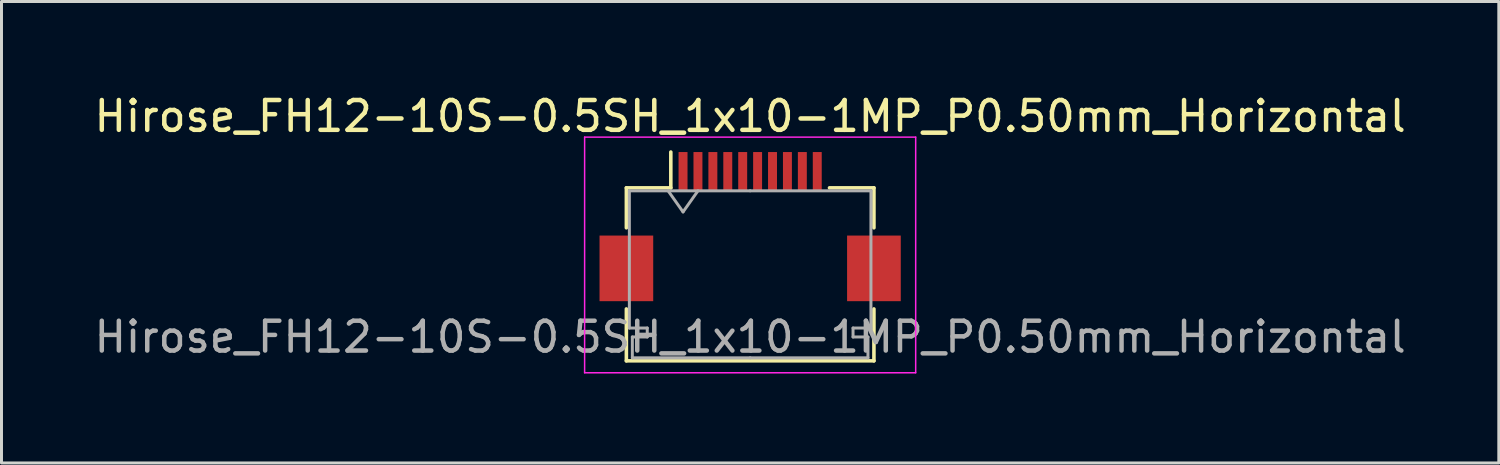
<source format=kicad_pcb>
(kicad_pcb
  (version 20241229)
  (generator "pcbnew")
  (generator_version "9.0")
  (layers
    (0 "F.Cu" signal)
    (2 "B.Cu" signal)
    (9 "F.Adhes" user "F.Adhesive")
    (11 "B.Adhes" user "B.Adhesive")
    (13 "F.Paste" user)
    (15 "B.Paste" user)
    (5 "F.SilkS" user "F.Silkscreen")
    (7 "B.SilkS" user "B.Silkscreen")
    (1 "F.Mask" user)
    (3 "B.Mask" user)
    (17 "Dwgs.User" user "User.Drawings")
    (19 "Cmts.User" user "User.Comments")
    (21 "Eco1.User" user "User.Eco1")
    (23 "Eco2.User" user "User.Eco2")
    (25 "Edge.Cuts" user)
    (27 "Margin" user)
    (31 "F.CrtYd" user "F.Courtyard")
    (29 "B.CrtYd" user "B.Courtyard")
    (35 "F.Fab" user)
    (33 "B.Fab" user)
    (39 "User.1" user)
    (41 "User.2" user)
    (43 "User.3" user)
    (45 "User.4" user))
  (footprint "Hirose_FH12-10S-0.5SH_1x10-1MP_P0.50mm_Horizontal"
    (layer "F.Cu")
    (at 22.101 4.548)
    (property "Reference" "Hirose_FH12-10S-0.5SH_1x10-1MP_P0.50mm_Horizontal" (at 0 -3.7 180) (layer "F.SilkS") (effects (font (size 1 1) (thickness 0.15))))
    (attr smd)
    (fp_line (start -4.15 -1.3) (end -4.15 0.04) (stroke (width 0.12) (type solid)) (layer "F.SilkS"))
    (fp_line (start -4.15 2.76) (end -4.15 4.5) (stroke (width 0.12) (type solid)) (layer "F.SilkS"))
    (fp_line (start -4.15 4.5) (end 4.15 4.5) (stroke (width 0.12) (type solid)) (layer "F.SilkS"))
    (fp_line (start -2.66 -1.3) (end -4.15 -1.3) (stroke (width 0.12) (type solid)) (layer "F.SilkS"))
    (fp_line (start -2.66 -1.3) (end -2.66 -2.5) (stroke (width 0.12) (type solid)) (layer "F.SilkS"))
    (fp_line (start 2.66 -1.3) (end 4.15 -1.3) (stroke (width 0.12) (type solid)) (layer "F.SilkS"))
    (fp_line (start 4.15 -1.3) (end 4.15 0.04) (stroke (width 0.12) (type solid)) (layer "F.SilkS"))
    (fp_line (start 4.15 4.5) (end 4.15 2.76) (stroke (width 0.12) (type solid)) (layer "F.SilkS"))
    (fp_line (start -5.55 -3) (end -5.55 4.9) (stroke (width 0.05) (type solid)) (layer "F.CrtYd"))
    (fp_line (start -5.55 4.9) (end 5.55 4.9) (stroke (width 0.05) (type solid)) (layer "F.CrtYd"))
    (fp_line (start 5.55 -3) (end -5.55 -3) (stroke (width 0.05) (type solid)) (layer "F.CrtYd"))
    (fp_line (start 5.55 4.9) (end 5.55 -3) (stroke (width 0.05) (type solid)) (layer "F.CrtYd"))
    (fp_line (start -4.05 -1.2) (end -4.05 3.4) (stroke (width 0.1) (type solid)) (layer "F.Fab"))
    (fp_line (start -4.05 3.4) (end -3.45 3.4) (stroke (width 0.1) (type solid)) (layer "F.Fab"))
    (fp_line (start -3.95 3.7) (end -3.95 4.4) (stroke (width 0.1) (type solid)) (layer "F.Fab"))
    (fp_line (start -3.95 4.4) (end 0 4.4) (stroke (width 0.1) (type solid)) (layer "F.Fab"))
    (fp_line (start -3.45 3.4) (end -3.45 3.7) (stroke (width 0.1) (type solid)) (layer "F.Fab"))
    (fp_line (start -3.45 3.7) (end -3.95 3.7) (stroke (width 0.1) (type solid)) (layer "F.Fab"))
    (fp_line (start -2.75 -1.2) (end -2.25 -0.493) (stroke (width 0.1) (type solid)) (layer "F.Fab"))
    (fp_line (start -2.25 -0.493) (end -1.75 -1.2) (stroke (width 0.1) (type solid)) (layer "F.Fab"))
    (fp_line (start 0 -1.2) (end -4.05 -1.2) (stroke (width 0.1) (type solid)) (layer "F.Fab"))
    (fp_line (start 0 -1.2) (end 4.05 -1.2) (stroke (width 0.1) (type solid)) (layer "F.Fab"))
    (fp_line (start 3.45 3.4) (end 3.45 3.7) (stroke (width 0.1) (type solid)) (layer "F.Fab"))
    (fp_line (start 3.45 3.7) (end 3.95 3.7) (stroke (width 0.1) (type solid)) (layer "F.Fab"))
    (fp_line (start 3.95 3.7) (end 3.95 4.4) (stroke (width 0.1) (type solid)) (layer "F.Fab"))
    (fp_line (start 3.95 4.4) (end 0 4.4) (stroke (width 0.1) (type solid)) (layer "F.Fab"))
    (fp_line (start 4.05 -1.2) (end 4.05 3.4) (stroke (width 0.1) (type solid)) (layer "F.Fab"))
    (fp_line (start 4.05 3.4) (end 3.45 3.4) (stroke (width 0.1) (type solid)) (layer "F.Fab"))
    (fp_text user "${REFERENCE}" (at 0 3.7 180) (layer "F.Fab") (effects (font (size 1 1) (thickness 0.15))))
    (pad "1" smd rect (at -2.25 -1.85) (size 0.3 1.3) (layers "F.Cu" "F.Mask" "F.Paste"))
    (pad "2" smd rect (at -1.75 -1.85) (size 0.3 1.3) (layers "F.Cu" "F.Mask" "F.Paste"))
    (pad "3" smd rect (at -1.25 -1.85) (size 0.3 1.3) (layers "F.Cu" "F.Mask" "F.Paste"))
    (pad "4" smd rect (at -0.75 -1.85) (size 0.3 1.3) (layers "F.Cu" "F.Mask" "F.Paste"))
    (pad "5" smd rect (at -0.25 -1.85) (size 0.3 1.3) (layers "F.Cu" "F.Mask" "F.Paste"))
    (pad "6" smd rect (at 0.25 -1.85) (size 0.3 1.3) (layers "F.Cu" "F.Mask" "F.Paste"))
    (pad "7" smd rect (at 0.75 -1.85) (size 0.3 1.3) (layers "F.Cu" "F.Mask" "F.Paste"))
    (pad "8" smd rect (at 1.25 -1.85) (size 0.3 1.3) (layers "F.Cu" "F.Mask" "F.Paste"))
    (pad "9" smd rect (at 1.75 -1.85) (size 0.3 1.3) (layers "F.Cu" "F.Mask" "F.Paste"))
    (pad "10" smd rect (at 2.25 -1.85) (size 0.3 1.3) (layers "F.Cu" "F.Mask" "F.Paste"))
    (pad "MP" smd rect (at -4.15 1.4) (size 1.8 2.2) (layers "F.Cu" "F.Mask" "F.Paste"))
    (pad "MP" smd rect (at 4.15 1.4) (size 1.8 2.2) (layers "F.Cu" "F.Mask" "F.Paste")))
  (gr_rect
    (start -3 -3)
    (end 47.202 12.473)
    (stroke (width 0.1) (type default))
    (fill no)
    (layer "Edge.Cuts")))
</source>
